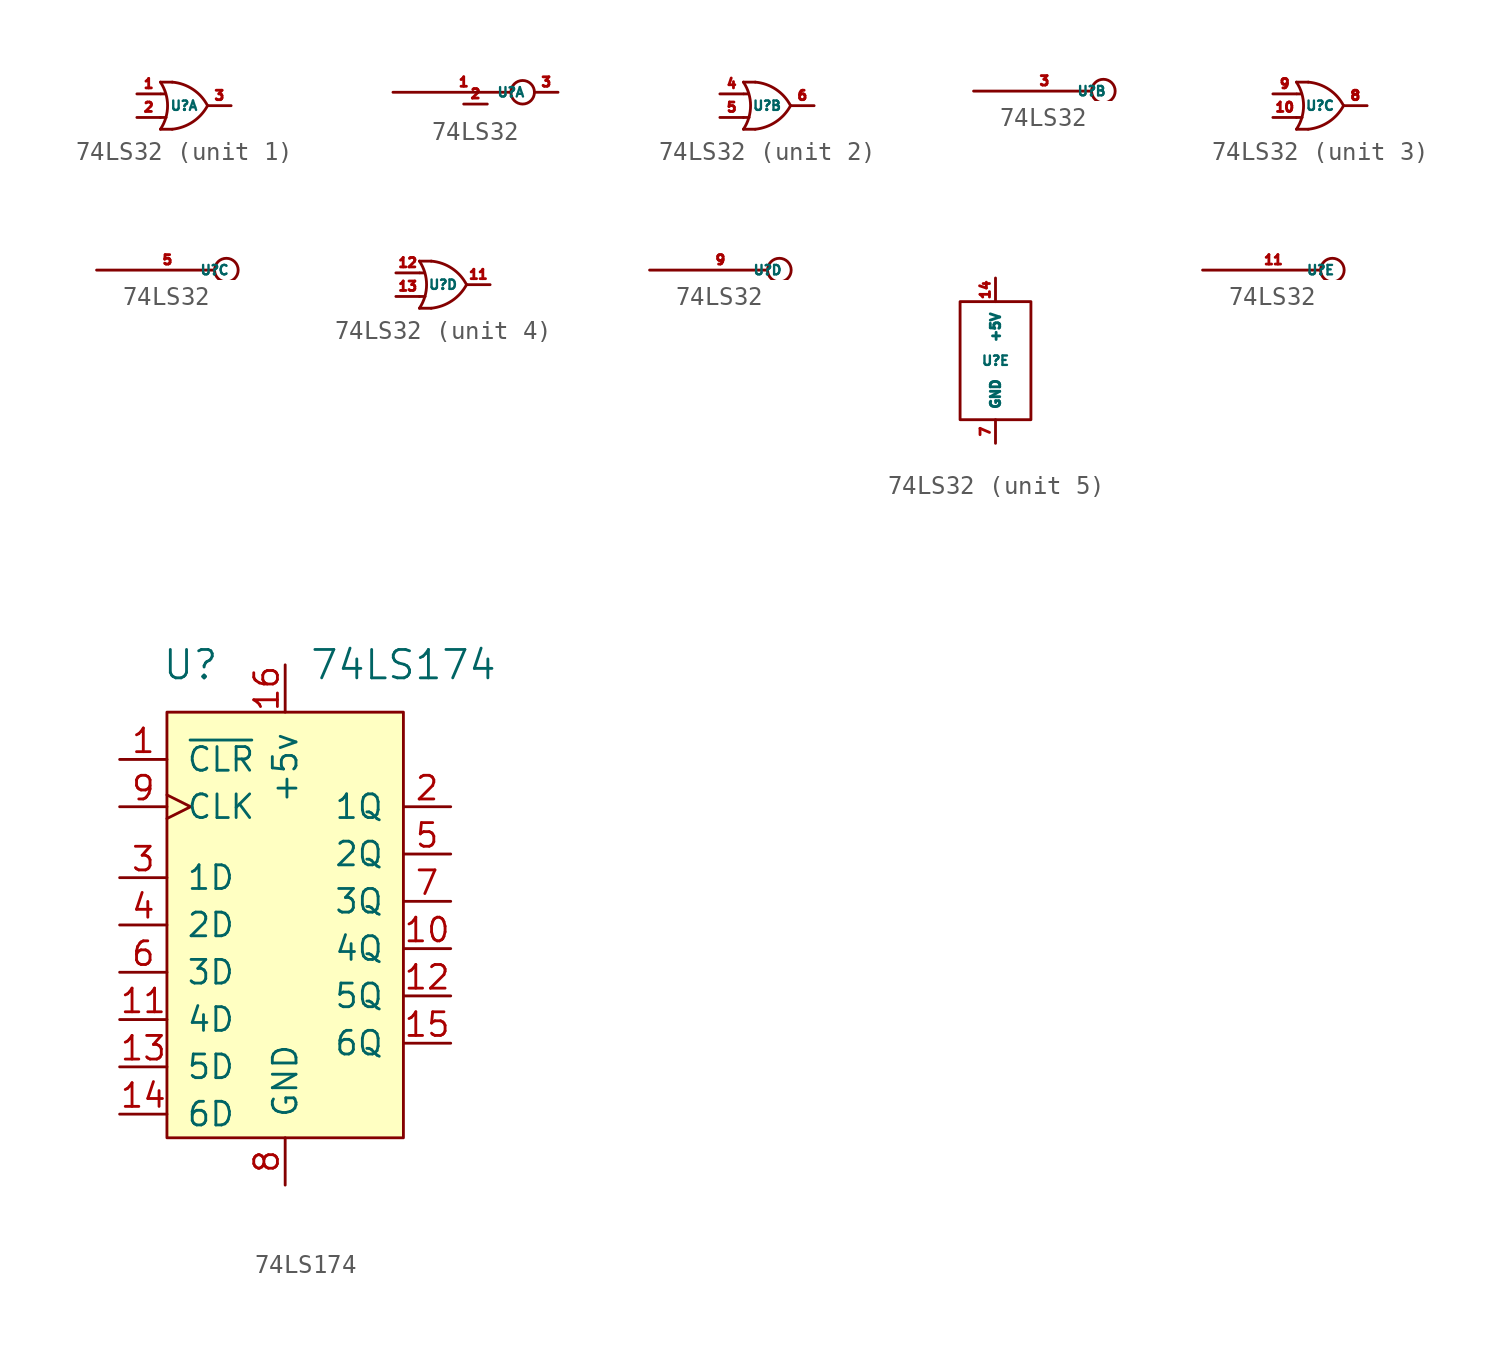
<source format=kicad_sym>
(kicad_symbol_lib
  (version 20211014)
  (generator kicad_symbol_editor)
  (symbol "74LS32"
    (property "Reference" "U"
      (at 0 0 0)
      (effects (font (size 0.508 0.508))))
    (property "Footprint" ""
      (at 1.27 0 0)
      (effects (font (size 1.524 1.524))))
    (property "Datasheet" ""
      (at 1.27 0 0)
      (effects (font (size 1.524 1.524))))
    (symbol "74LS32_1_0"
      (pin input line (at -2.54 -0.635 0) (length 1.27) (name "~" (effects (font (size 0.508 0.508)))) (number "2" (effects (font (size 0.508 0.508)))))
      (pin output line (at 2.54 0 180) (length 1.27) (name "~" (effects (font (size 0.508 0.508)))) (number "3" (effects (font (size 0.508 0.508))))))
    (symbol "74LS32_1_1"
      (arc (start -1.27 -1.27) (mid -0.8855 0) (end -1.27 1.27) (stroke (width 0) (type default) (color 0 0 0 0)) (fill (type none)))
      (arc (start -0.635 -1.27) (mid 0.4746 -0.8729) (end 1.27 0) (stroke (width 0) (type default) (color 0 0 0 0)) (fill (type none)))
      (polyline (pts (xy -1.27 -1.27) (xy -0.635 -1.27)) (stroke (width 0) (type default) (color 0 0 0 0)) (fill (type none)))
      (polyline (pts (xy -1.27 -0.635) (xy -0.965 -0.635)) (stroke (width 0) (type default) (color 0 0 0 0)) (fill (type none)))
      (polyline (pts (xy -1.27 1.27) (xy -0.635 1.27)) (stroke (width 0) (type default) (color 0 0 0 0)) (fill (type none)))
      (polyline (pts (xy -1.245 0.635) (xy -1.041 0.635)) (stroke (width 0) (type default) (color 0 0 0 0)) (fill (type none)))
      (arc (start 1.27 0) (mid 0.4802 0.8813) (end -0.635 1.27) (stroke (width 0) (type default) (color 0 0 0 0)) (fill (type none)))
      (pin input line (at -2.54 0.635 0) (length 1.27) (name "~" (effects (font (size 0.508 0.508)))) (number "1" (effects (font (size 0.508 0.508))))))
    (symbol "74LS32_1_2"
      (pin input inverted (at -6.35 0 0) (length 7.62) (name "~" (effects (font (size 0.508 0.508)))) (number "1" (effects (font (size 0.508 0.508))))))
    (symbol "74LS32_2_1"
      (arc (start -1.27 -1.27) (mid -0.8855 0) (end -1.27 1.27) (stroke (width 0) (type default) (color 0 0 0 0)) (fill (type none)))
      (arc (start -0.635 -1.27) (mid 0.4746 -0.8729) (end 1.27 0) (stroke (width 0) (type default) (color 0 0 0 0)) (fill (type none)))
      (polyline (pts (xy -1.27 -1.27) (xy -0.635 -1.27)) (stroke (width 0) (type default) (color 0 0 0 0)) (fill (type none)))
      (polyline (pts (xy -1.27 -0.635) (xy -0.965 -0.635)) (stroke (width 0) (type default) (color 0 0 0 0)) (fill (type none)))
      (polyline (pts (xy -1.27 1.27) (xy -0.635 1.27)) (stroke (width 0) (type default) (color 0 0 0 0)) (fill (type none)))
      (polyline (pts (xy -1.245 0.635) (xy -1.041 0.635)) (stroke (width 0) (type default) (color 0 0 0 0)) (fill (type none)))
      (arc (start 1.27 0) (mid 0.4802 0.8813) (end -0.635 1.27) (stroke (width 0) (type default) (color 0 0 0 0)) (fill (type none)))
      (pin input line (at -2.54 0.635 0) (length 1.27) (name "~" (effects (font (size 0.508 0.508)))) (number "4" (effects (font (size 0.508 0.508)))))
      (pin input line (at -2.54 -0.635 0) (length 1.27) (name "~" (effects (font (size 0.508 0.508)))) (number "5" (effects (font (size 0.508 0.508)))))
      (pin output line (at 2.54 0 180) (length 1.27) (name "~" (effects (font (size 0.508 0.508)))) (number "6" (effects (font (size 0.508 0.508))))))
    (symbol "74LS32_2_2"
      (pin input inverted (at -6.35 0 0) (length 7.62) (name "~" (effects (font (size 0.508 0.508)))) (number "3" (effects (font (size 0.508 0.508))))))
    (symbol "74LS32_3_1"
      (arc (start -1.27 -1.27) (mid -0.8855 0) (end -1.27 1.27) (stroke (width 0) (type default) (color 0 0 0 0)) (fill (type none)))
      (arc (start -0.635 -1.27) (mid 0.4746 -0.8729) (end 1.27 0) (stroke (width 0) (type default) (color 0 0 0 0)) (fill (type none)))
      (polyline (pts (xy -1.27 -1.27) (xy -0.635 -1.27)) (stroke (width 0) (type default) (color 0 0 0 0)) (fill (type none)))
      (polyline (pts (xy -1.27 -0.635) (xy -0.965 -0.635)) (stroke (width 0) (type default) (color 0 0 0 0)) (fill (type none)))
      (polyline (pts (xy -1.27 1.27) (xy -0.635 1.27)) (stroke (width 0) (type default) (color 0 0 0 0)) (fill (type none)))
      (polyline (pts (xy -1.245 0.635) (xy -1.041 0.635)) (stroke (width 0) (type default) (color 0 0 0 0)) (fill (type none)))
      (arc (start 1.27 0) (mid 0.4802 0.8813) (end -0.635 1.27) (stroke (width 0) (type default) (color 0 0 0 0)) (fill (type none)))
      (pin input line (at -2.54 -0.635 0) (length 1.27) (name "~" (effects (font (size 0.508 0.508)))) (number "10" (effects (font (size 0.508 0.508)))))
      (pin output line (at 2.54 0 180) (length 1.27) (name "~" (effects (font (size 0.508 0.508)))) (number "8" (effects (font (size 0.508 0.508)))))
      (pin input line (at -2.54 0.635 0) (length 1.27) (name "~" (effects (font (size 0.508 0.508)))) (number "9" (effects (font (size 0.508 0.508))))))
    (symbol "74LS32_3_2"
      (pin input inverted (at -6.35 0 0) (length 7.62) (name "~" (effects (font (size 0.508 0.508)))) (number "5" (effects (font (size 0.508 0.508))))))
    (symbol "74LS32_4_1"
      (arc (start -1.27 -1.27) (mid -0.8855 0) (end -1.27 1.27) (stroke (width 0) (type default) (color 0 0 0 0)) (fill (type none)))
      (arc (start -0.635 -1.27) (mid 0.4746 -0.8729) (end 1.27 0) (stroke (width 0) (type default) (color 0 0 0 0)) (fill (type none)))
      (polyline (pts (xy -1.27 -1.27) (xy -0.635 -1.27)) (stroke (width 0) (type default) (color 0 0 0 0)) (fill (type none)))
      (polyline (pts (xy -1.27 -0.635) (xy -0.965 -0.635)) (stroke (width 0) (type default) (color 0 0 0 0)) (fill (type none)))
      (polyline (pts (xy -1.27 1.27) (xy -0.635 1.27)) (stroke (width 0) (type default) (color 0 0 0 0)) (fill (type none)))
      (polyline (pts (xy -1.245 0.635) (xy -1.041 0.635)) (stroke (width 0) (type default) (color 0 0 0 0)) (fill (type none)))
      (arc (start 1.27 0) (mid 0.4802 0.8813) (end -0.635 1.27) (stroke (width 0) (type default) (color 0 0 0 0)) (fill (type none)))
      (pin output line (at 2.54 0 180) (length 1.27) (name "~" (effects (font (size 0.508 0.508)))) (number "11" (effects (font (size 0.508 0.508)))))
      (pin input line (at -2.54 0.635 0) (length 1.27) (name "~" (effects (font (size 0.508 0.508)))) (number "12" (effects (font (size 0.508 0.508)))))
      (pin input line (at -2.54 -0.635 0) (length 1.27) (name "~" (effects (font (size 0.508 0.508)))) (number "13" (effects (font (size 0.508 0.508))))))
    (symbol "74LS32_4_2"
      (pin input inverted (at -6.35 0 0) (length 7.62) (name "~" (effects (font (size 0.508 0.508)))) (number "9" (effects (font (size 0.508 0.508))))))
    (symbol "74LS32_5_1"
      (rectangle (start -1.905 3.175) (end 1.905 -3.175) (stroke (width 0) (type default) (color 0 0 0 0)) (fill (type none)))
      (pin power_in line (at 0 4.445 270) (length 1.27) (name "+5V" (effects (font (size 0.508 0.508)))) (number "14" (effects (font (size 0.508 0.508)))))
      (pin power_in line (at 0 -4.445 90) (length 1.27) (name "GND" (effects (font (size 0.508 0.508)))) (number "7" (effects (font (size 0.508 0.508))))))
    (symbol "74LS32_5_2"
      (pin input inverted (at -6.35 0 0) (length 7.62) (name "~" (effects (font (size 0.508 0.508)))) (number "11" (effects (font (size 0.508 0.508)))))))
  (symbol "74LS174"
    (pin_names
      (offset 1.016))
    (property "Reference" "U"
      (at -5.08 13.97 0)
      (effects (font (size 1.524 1.524))))
    (property "Value" "74LS174"
      (at 6.35 13.97 0)
      (effects (font (size 1.524 1.524))))
    (property "Footprint" ""
      (at 0 0 0)
      (effects (font (size 1.524 1.524))))
    (property "Datasheet" ""
      (at 0 0 0)
      (effects (font (size 1.524 1.524))))
    (symbol "74LS174_0_1"
      (rectangle (start -6.35 11.43) (end 6.35 -11.43) (stroke (width 0) (type default) (color 0 0 0 0)) (fill (type background))))
    (symbol "74LS174_1_1"
      (pin input line (at -8.89 8.89 0) (length 2.54) (name "~{CLR}" (effects (font (size 1.27 1.27)))) (number "1" (effects (font (size 1.27 1.27)))))
      (pin output line (at 8.89 -1.27 180) (length 2.54) (name "4Q" (effects (font (size 1.27 1.27)))) (number "10" (effects (font (size 1.27 1.27)))))
      (pin input line (at -8.89 -5.08 0) (length 2.54) (name "4D" (effects (font (size 1.27 1.27)))) (number "11" (effects (font (size 1.27 1.27)))))
      (pin output line (at 8.89 -3.81 180) (length 2.54) (name "5Q" (effects (font (size 1.27 1.27)))) (number "12" (effects (font (size 1.27 1.27)))))
      (pin input line (at -8.89 -7.62 0) (length 2.54) (name "5D" (effects (font (size 1.27 1.27)))) (number "13" (effects (font (size 1.27 1.27)))))
      (pin input line (at -8.89 -10.16 0) (length 2.54) (name "6D" (effects (font (size 1.27 1.27)))) (number "14" (effects (font (size 1.27 1.27)))))
      (pin output line (at 8.89 -6.35 180) (length 2.54) (name "6Q" (effects (font (size 1.27 1.27)))) (number "15" (effects (font (size 1.27 1.27)))))
      (pin power_in line (at 0 13.97 270) (length 2.54) (name "+5v" (effects (font (size 1.27 1.27)))) (number "16" (effects (font (size 1.27 1.27)))))
      (pin output line (at 8.89 6.35 180) (length 2.54) (name "1Q" (effects (font (size 1.27 1.27)))) (number "2" (effects (font (size 1.27 1.27)))))
      (pin input line (at -8.89 2.54 0) (length 2.54) (name "1D" (effects (font (size 1.27 1.27)))) (number "3" (effects (font (size 1.27 1.27)))))
      (pin input line (at -8.89 0 0) (length 2.54) (name "2D" (effects (font (size 1.27 1.27)))) (number "4" (effects (font (size 1.27 1.27)))))
      (pin output line (at 8.89 3.81 180) (length 2.54) (name "2Q" (effects (font (size 1.27 1.27)))) (number "5" (effects (font (size 1.27 1.27)))))
      (pin input line (at -8.89 -2.54 0) (length 2.54) (name "3D" (effects (font (size 1.27 1.27)))) (number "6" (effects (font (size 1.27 1.27)))))
      (pin output line (at 8.89 1.27 180) (length 2.54) (name "3Q" (effects (font (size 1.27 1.27)))) (number "7" (effects (font (size 1.27 1.27)))))
      (pin power_in line (at 0 -13.97 90) (length 2.54) (name "GND" (effects (font (size 1.27 1.27)))) (number "8" (effects (font (size 1.27 1.27)))))
      (pin input clock (at -8.89 6.35 0) (length 2.54) (name "CLK" (effects (font (size 1.27 1.27)))) (number "9" (effects (font (size 1.27 1.27))))))))
</source>
